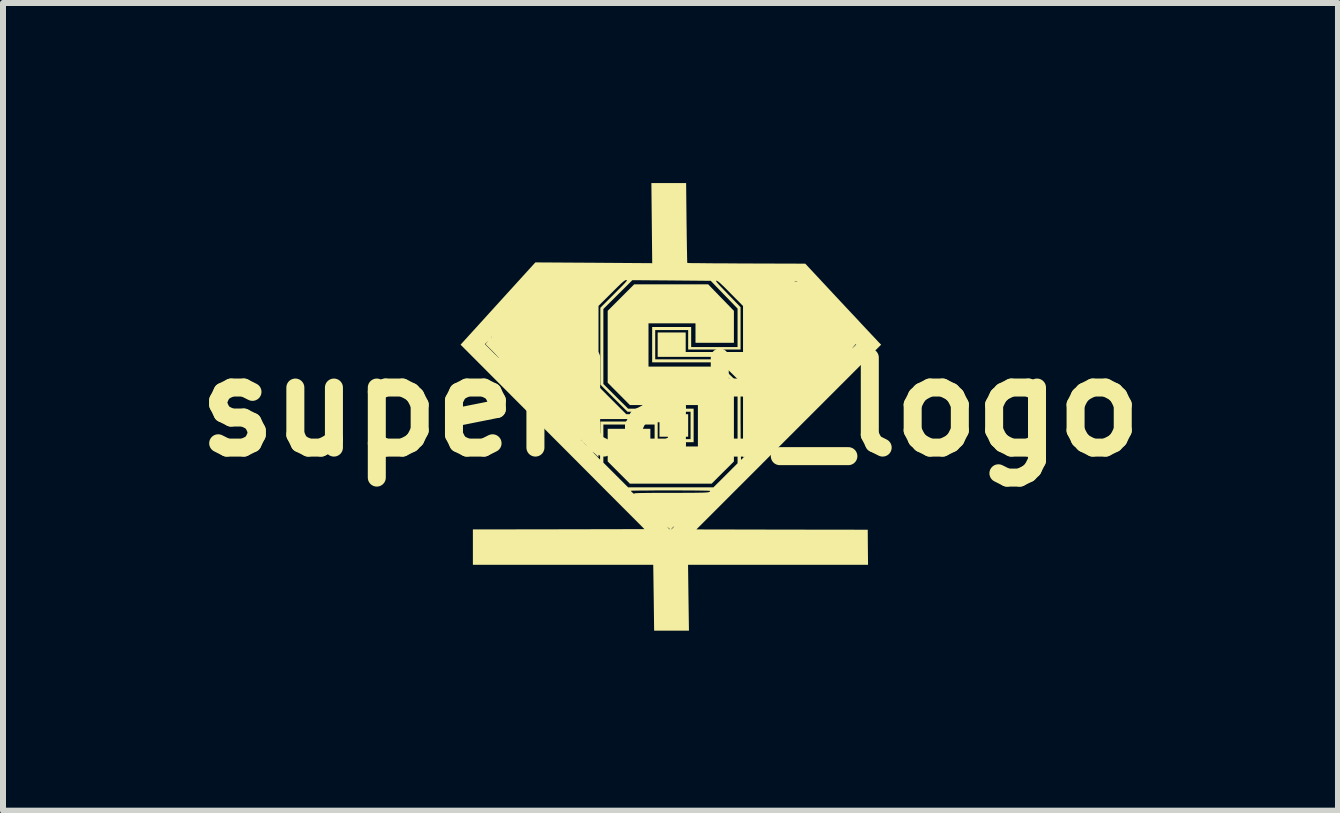
<source format=kicad_pcb>
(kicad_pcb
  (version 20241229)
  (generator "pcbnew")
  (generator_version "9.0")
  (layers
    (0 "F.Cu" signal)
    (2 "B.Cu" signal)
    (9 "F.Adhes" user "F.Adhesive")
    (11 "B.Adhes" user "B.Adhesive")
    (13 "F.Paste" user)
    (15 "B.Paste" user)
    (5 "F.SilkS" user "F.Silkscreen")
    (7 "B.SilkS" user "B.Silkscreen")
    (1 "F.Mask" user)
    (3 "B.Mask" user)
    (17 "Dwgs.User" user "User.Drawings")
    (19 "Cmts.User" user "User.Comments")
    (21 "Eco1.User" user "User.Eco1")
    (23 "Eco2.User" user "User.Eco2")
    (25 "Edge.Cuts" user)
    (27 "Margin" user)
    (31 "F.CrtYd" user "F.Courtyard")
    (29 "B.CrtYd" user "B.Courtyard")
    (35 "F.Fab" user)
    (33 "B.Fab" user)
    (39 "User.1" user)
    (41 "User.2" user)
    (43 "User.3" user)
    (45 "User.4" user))
  (footprint "superlab_logo"
    (layer "F.Cu")
    (at 8.121 3.729)
    (property "Reference" "superlab_logo" (at 0 0 0) (layer "F.SilkS") (effects (font (size 1.5 1.5) (thickness 0.3))))
    (attr board_only exclude_from_pos_files exclude_from_bom)
    (fp_poly (pts (xy 0.842 -1.821) (xy 1.057 -1.6) (xy 1.057 -1.333) (xy 1.057 -1.067) (xy 0.737 -1.067) (xy 0.417 -1.067) (xy 0.417 -1.229) (xy 0.417 -1.392) (xy 0.025 -1.392) (xy -0.366 -1.392) (xy -0.366 -1.031) (xy -0.366 -0.671) (xy 0.153 -0.671) (xy 0.671 -0.671) (xy 0.864 -0.486) (xy 1.057 -0.302) (xy 1.057 0.304) (xy 1.057 0.91) (xy 0.871 1.095) (xy 0.686 1.28) (xy 0.005 1.28) (xy -0.676 1.28) (xy -0.861 1.095) (xy -1.046 0.909) (xy -1.046 0.637) (xy -1.046 0.366) (xy -0.691 0.366) (xy -0.335 0.366) (xy -0.335 0.513) (xy -0.335 0.66) (xy 0.061 0.66) (xy 0.457 0.66) (xy 0.457 0.315) (xy 0.457 -0.03) (xy -0.109 -0.03) (xy -0.676 -0.03) (xy -0.861 -0.216) (xy -1.046 -0.402) (xy -1.046 -1.001) (xy -1.046 -1.6) (xy -0.825 -1.821) (xy -0.604 -2.042) (xy 0.012 -2.042) (xy 0.628 -2.042)) (stroke (width 0) (type solid)) (fill yes) (layer "F.SilkS"))
    (fp_poly (pts (xy 0.268 -3.066) (xy 0.27 -2.952) (xy 0.271 -2.844) (xy 0.273 -2.743) (xy 0.274 -2.652) (xy 0.276 -2.573) (xy 0.277 -2.506) (xy 0.278 -2.454) (xy 0.279 -2.418) (xy 0.281 -2.4) (xy 0.281 -2.398) (xy 0.292 -2.397) (xy 0.321 -2.396) (xy 0.368 -2.395) (xy 0.432 -2.395) (xy 0.51 -2.394) (xy 0.601 -2.393) (xy 0.704 -2.392) (xy 0.818 -2.391) (xy 0.941 -2.391) (xy 1.072 -2.39) (xy 1.209 -2.389) (xy 1.266 -2.389) (xy 2.246 -2.386) (xy 2.826 -1.764) (xy 2.916 -1.668) (xy 3.003 -1.575) (xy 3.086 -1.487) (xy 3.163 -1.404) (xy 3.234 -1.328) (xy 3.297 -1.261) (xy 3.352 -1.202) (xy 3.397 -1.155) (xy 3.431 -1.119) (xy 3.452 -1.096) (xy 3.458 -1.089) (xy 3.51 -1.036) (xy 1.971 0.503) (xy 0.432 2.042) (xy 1.859 2.045) (xy 3.287 2.047) (xy 3.289 2.339) (xy 3.292 2.631) (xy 1.792 2.631) (xy 0.293 2.631) (xy 0.3 3.18) (xy 0.308 3.729) (xy 0.018 3.729) (xy -0.272 3.729) (xy -0.279 3.18) (xy -0.287 2.631) (xy -1.789 2.631) (xy -3.292 2.631) (xy -3.292 2.337) (xy -3.292 2.042) (xy -3.131 2.042) (xy 0.011 2.042) (xy 0.012 2.042) (xy 0.021 2.036) (xy 0.038 2.019) (xy 0.041 2.017) (xy 0.055 2) (xy 0.06 1.992) (xy 0.059 1.991) (xy 0.05 1.998) (xy 0.033 2.014) (xy 0.03 2.017) (xy 0.016 2.034) (xy 0.011 2.042) (xy -3.131 2.042) (xy -1.863 2.04) (xy -0.434 2.037) (xy -0.474 1.996) (xy -0.056 1.996) (xy -0.037 2.019) (xy -0.019 2.038) (xy -0.011 2.041) (xy -0.01 2.039) (xy -0.017 2.03) (xy -0.033 2.016) (xy -0.056 1.996) (xy -0.474 1.996) (xy -1.07 1.399) (xy -0.66 1.399) (xy -0.654 1.409) (xy -0.637 1.425) (xy -0.619 1.441) (xy -0.604 1.451) (xy -0.601 1.453) (xy -0.603 1.446) (xy -0.605 1.443) (xy -0.596 1.44) (xy -0.567 1.438) (xy -0.518 1.436) (xy -0.449 1.435) (xy -0.36 1.434) (xy -0.252 1.433) (xy -0.123 1.433) (xy 0.013 1.433) (xy 0.143 1.433) (xy 0.255 1.432) (xy 0.35 1.432) (xy 0.428 1.431) (xy 0.492 1.43) (xy 0.543 1.429) (xy 0.583 1.427) (xy 0.613 1.425) (xy 0.633 1.422) (xy 0.647 1.418) (xy 0.655 1.413) (xy 0.659 1.408) (xy 0.66 1.402) (xy 0.66 1.4) (xy 0.651 1.399) (xy 0.622 1.397) (xy 0.577 1.396) (xy 0.516 1.395) (xy 0.442 1.394) (xy 0.355 1.393) (xy 0.259 1.393) (xy 0.154 1.392) (xy 0.042 1.392) (xy 0 1.392) (xy -0.114 1.392) (xy -0.221 1.392) (xy -0.321 1.393) (xy -0.411 1.394) (xy -0.49 1.394) (xy -0.556 1.395) (xy -0.607 1.396) (xy -0.642 1.397) (xy -0.659 1.399) (xy -0.66 1.399) (xy -1.07 1.399) (xy -1.538 0.929) (xy -1.118 0.929) (xy -0.912 1.135) (xy -0.706 1.341) (xy 0.005 1.341) (xy 0.716 1.341) (xy 0.917 1.141) (xy 1.118 0.94) (xy 1.118 0.299) (xy 1.118 -0.341) (xy 0.908 -0.541) (xy 0.698 -0.742) (xy 0.197 -0.742) (xy -0.305 -0.742) (xy -0.305 -0.792) (xy -0.254 -0.792) (xy 0.235 -0.792) (xy 0.723 -0.792) (xy 0.946 -0.577) (xy 1.168 -0.362) (xy 1.168 0.262) (xy 1.169 0.372) (xy 1.169 0.476) (xy 1.17 0.572) (xy 1.17 0.658) (xy 1.171 0.733) (xy 1.173 0.795) (xy 1.174 0.841) (xy 1.175 0.871) (xy 1.177 0.882) (xy 1.177 0.882) (xy 1.187 0.874) (xy 1.207 0.853) (xy 1.234 0.825) (xy 1.245 0.813) (xy 1.271 0.784) (xy 1.284 0.769) (xy 1.284 0.767) (xy 1.271 0.779) (xy 1.257 0.792) (xy 1.209 0.837) (xy 1.209 0.232) (xy 1.209 -0.374) (xy 0.974 -0.604) (xy 0.739 -0.833) (xy 0.263 -0.833) (xy -0.213 -0.833) (xy -0.213 -1.036) (xy -0.213 -1.24) (xy 0.02 -1.24) (xy 0.254 -1.24) (xy 0.254 -1.077) (xy 0.254 -0.914) (xy 0.732 -0.914) (xy 1.209 -0.914) (xy 1.209 -0.97) (xy 3.023 -0.97) (xy 3.061 -1.005) (xy 3.081 -1.026) (xy 3.093 -1.041) (xy 3.094 -1.045) (xy 3.086 -1.046) (xy 3.079 -1.036) (xy 3.062 -1.017) (xy 3.053 -1.006) (xy 3.023 -0.97) (xy 1.209 -0.97) (xy 1.209 -1.298) (xy 1.209 -1.681) (xy 1.003 -1.889) (xy 0.94 -1.953) (xy 0.889 -2.004) (xy 0.848 -2.042) (xy 0.818 -2.07) (xy 0.796 -2.087) (xy 2.065 -2.087) (xy 2.077 -2.086) (xy 2.088 -2.085) (xy 2.109 -2.086) (xy 2.114 -2.088) (xy 2.111 -2.09) (xy 2.086 -2.092) (xy 2.07 -2.09) (xy 2.065 -2.087) (xy 0.796 -2.087) (xy 0.795 -2.088) (xy 0.778 -2.098) (xy 0.768 -2.101) (xy 0.761 -2.101) (xy 0.76 -2.096) (xy 0.766 -2.085) (xy 0.779 -2.068) (xy 0.802 -2.041) (xy 0.836 -2.005) (xy 0.881 -1.958) (xy 0.939 -1.898) (xy 0.953 -1.883) (xy 1.168 -1.661) (xy 1.168 -1.308) (xy 1.168 -0.955) (xy 0.732 -0.955) (xy 0.295 -0.955) (xy 0.295 -1.118) (xy 0.295 -1.28) (xy 0.02 -1.28) (xy -0.254 -1.28) (xy -0.254 -1.036) (xy -0.254 -0.792) (xy -0.305 -0.792) (xy -0.305 -1.036) (xy -0.305 -1.331) (xy 0.02 -1.331) (xy 0.345 -1.331) (xy 0.345 -1.163) (xy 0.345 -0.996) (xy 0.732 -0.996) (xy 1.118 -0.996) (xy 1.118 -1.317) (xy 1.118 -1.638) (xy 0.894 -1.869) (xy 0.671 -2.1) (xy 0.018 -2.106) (xy -0.635 -2.111) (xy -0.876 -1.871) (xy -1.118 -1.631) (xy -1.118 -1.006) (xy -1.118 -0.381) (xy -0.912 -0.175) (xy -0.706 0.03) (xy -0.16 0.03) (xy 0.386 0.03) (xy 0.386 0.31) (xy 0.386 0.589) (xy 0.061 0.589) (xy -0.264 0.589) (xy -0.264 0.442) (xy -0.264 0.295) (xy -0.691 0.295) (xy -1.118 0.295) (xy -1.118 0.612) (xy -1.118 0.929) (xy -1.538 0.929) (xy -1.902 0.564) (xy -1.478 0.564) (xy -1.325 0.721) (xy -1.173 0.879) (xy -1.171 0.561) (xy -1.168 0.244) (xy -0.691 0.244) (xy -0.213 0.244) (xy -0.213 0.391) (xy -0.213 0.538) (xy 0.061 0.538) (xy 0.335 0.538) (xy 0.335 0.31) (xy 0.335 0.081) (xy -0.19 0.081) (xy -0.716 0.081) (xy -0.942 -0.145) (xy -1.168 -0.371) (xy -1.168 -1.011) (xy -1.168 -1.651) (xy -0.937 -1.882) (xy -0.874 -1.946) (xy -0.823 -1.997) (xy -0.785 -2.036) (xy -0.757 -2.066) (xy -0.739 -2.087) (xy -0.729 -2.1) (xy -0.726 -2.109) (xy -0.729 -2.112) (xy -0.737 -2.113) (xy -0.747 -2.112) (xy -0.76 -2.105) (xy -0.778 -2.093) (xy -0.801 -2.074) (xy -0.832 -2.046) (xy -0.872 -2.007) (xy -0.923 -1.957) (xy -0.983 -1.897) (xy -1.199 -1.682) (xy -1.199 -1.011) (xy -1.199 -0.341) (xy -0.968 -0.109) (xy -0.737 0.122) (xy -0.221 0.122) (xy 0.295 0.122) (xy 0.295 0.31) (xy 0.295 0.498) (xy 0.056 0.498) (xy -0.183 0.498) (xy -0.183 0.351) (xy -0.183 0.203) (xy -0.691 0.203) (xy -1.199 0.203) (xy -1.199 0.521) (xy -1.199 0.838) (xy -1.338 0.701) (xy -1.478 0.564) (xy -1.902 0.564) (xy -1.912 0.554) (xy -1.494 0.554) (xy -1.488 0.559) (xy -1.483 0.554) (xy -1.488 0.549) (xy -1.494 0.554) (xy -1.912 0.554) (xy -1.966 0.5) (xy -3.497 -1.036) (xy -3.488 -1.046) (xy -3.093 -1.046) (xy -2.977 -0.93) (xy -2.937 -0.89) (xy -2.903 -0.857) (xy -2.876 -0.831) (xy -2.86 -0.816) (xy -2.855 -0.813) (xy -2.86 -0.82) (xy -2.878 -0.838) (xy -2.905 -0.867) (xy -2.939 -0.902) (xy -2.966 -0.929) (xy -3.083 -1.046) (xy -3.058 -1.074) (xy -3.033 -1.102) (xy -3.063 -1.074) (xy -3.093 -1.046) (xy -3.488 -1.046) (xy -3.397 -1.146) (xy -3.381 -1.163) (xy -2.987 -1.163) (xy -2.982 -1.158) (xy -2.977 -1.163) (xy -2.982 -1.168) (xy -2.987 -1.163) (xy -3.381 -1.163) (xy -3.374 -1.172) (xy -3.338 -1.211) (xy -3.292 -1.262) (xy -3.235 -1.324) (xy -3.171 -1.395) (xy -3.099 -1.474) (xy -3.022 -1.559) (xy -2.94 -1.649) (xy -2.856 -1.742) (xy -2.774 -1.832) (xy -2.251 -2.407) (xy -1.277 -2.401) (xy -0.304 -2.394) (xy -0.311 -3.062) (xy -0.318 -3.729) (xy -0.029 -3.729) (xy 0.261 -3.729)) (stroke (width 0) (type solid)) (fill yes) (layer "F.SilkS")))
  (gr_rect
    (start -3 -3)
    (end 19.243 10.457)
    (stroke (width 0.1) (type default))
    (fill no)
    (layer "Edge.Cuts")))
</source>
